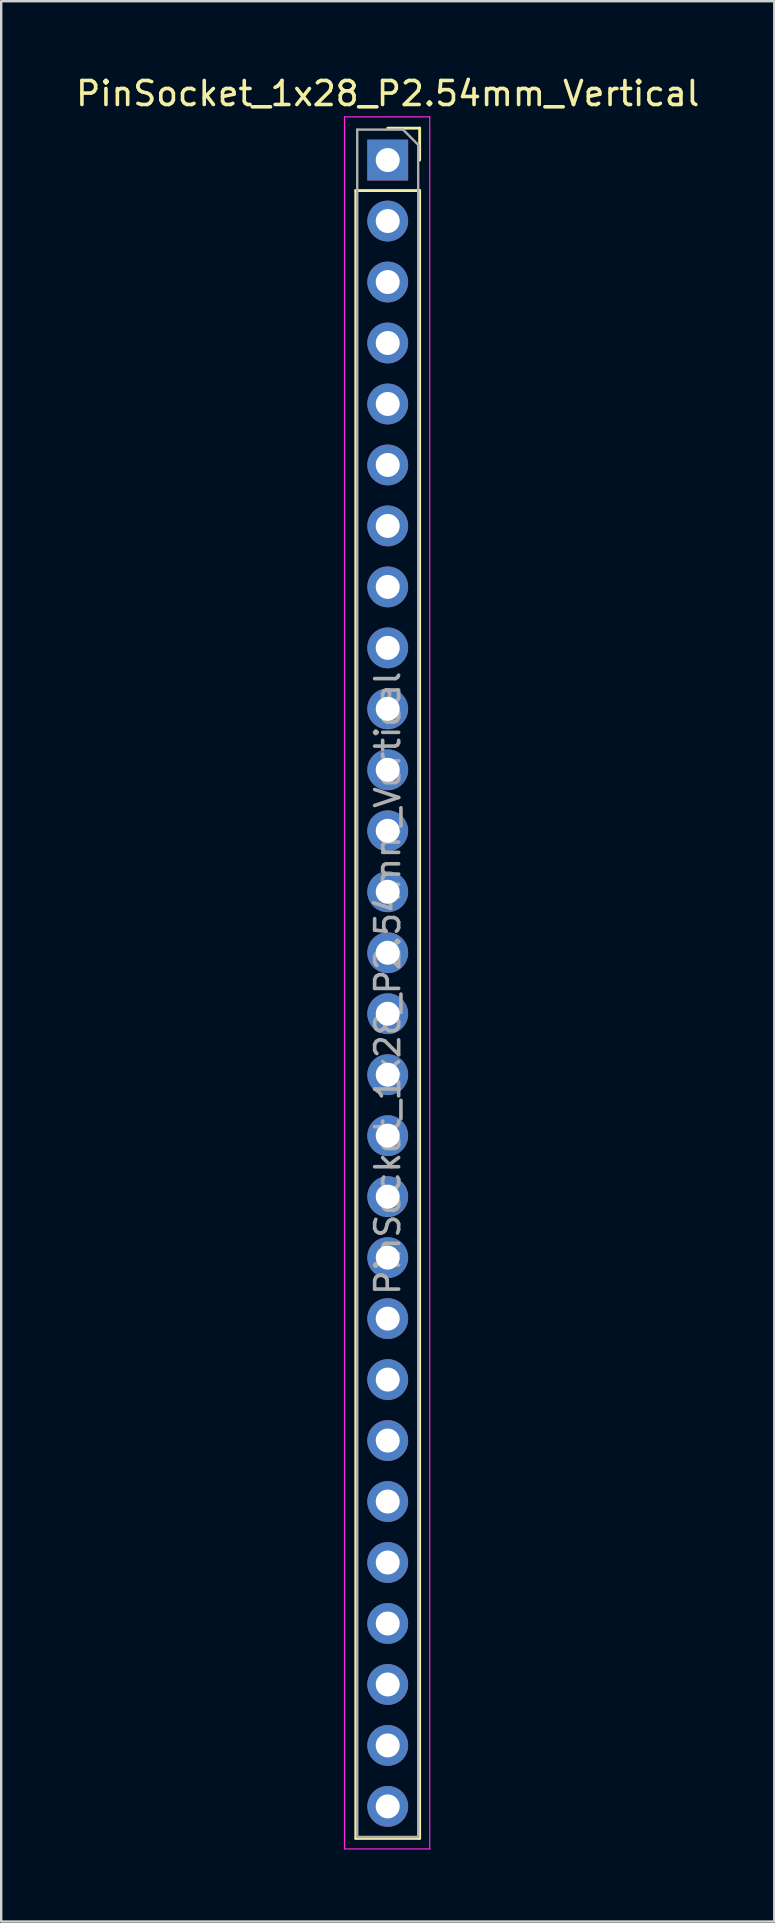
<source format=kicad_pcb>
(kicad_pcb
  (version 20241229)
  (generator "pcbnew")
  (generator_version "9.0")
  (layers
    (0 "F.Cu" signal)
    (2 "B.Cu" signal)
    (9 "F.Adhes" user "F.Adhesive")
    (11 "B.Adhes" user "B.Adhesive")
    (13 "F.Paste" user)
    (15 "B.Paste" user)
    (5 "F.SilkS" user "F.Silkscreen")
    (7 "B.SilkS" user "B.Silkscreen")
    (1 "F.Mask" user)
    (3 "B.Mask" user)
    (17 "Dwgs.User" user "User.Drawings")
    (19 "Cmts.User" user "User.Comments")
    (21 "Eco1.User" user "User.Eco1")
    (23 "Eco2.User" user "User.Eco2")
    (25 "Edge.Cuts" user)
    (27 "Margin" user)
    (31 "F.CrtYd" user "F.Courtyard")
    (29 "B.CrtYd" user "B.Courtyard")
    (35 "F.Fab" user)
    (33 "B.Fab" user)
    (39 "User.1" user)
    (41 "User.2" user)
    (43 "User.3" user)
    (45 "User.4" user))
  (footprint "PinSocket_1x28_P2.54mm_Vertical"
    (layer "F.Cu")
    (at 13.101 3.618)
    (property "Reference" "PinSocket_1x28_P2.54mm_Vertical" (at 0 -2.77 0) (layer "F.SilkS") (effects (font (size 1 1) (thickness 0.15))))
    (attr through_hole)
    (fp_line (start -1.33 1.27) (end -1.33 69.91) (stroke (width 0.12) (type solid)) (layer "F.SilkS"))
    (fp_line (start -1.33 1.27) (end 1.33 1.27) (stroke (width 0.12) (type solid)) (layer "F.SilkS"))
    (fp_line (start -1.33 69.91) (end 1.33 69.91) (stroke (width 0.12) (type solid)) (layer "F.SilkS"))
    (fp_line (start 0 -1.33) (end 1.33 -1.33) (stroke (width 0.12) (type solid)) (layer "F.SilkS"))
    (fp_line (start 1.33 -1.33) (end 1.33 0) (stroke (width 0.12) (type solid)) (layer "F.SilkS"))
    (fp_line (start 1.33 1.27) (end 1.33 69.91) (stroke (width 0.12) (type solid)) (layer "F.SilkS"))
    (fp_line (start -1.8 -1.8) (end 1.75 -1.8) (stroke (width 0.05) (type solid)) (layer "F.CrtYd"))
    (fp_line (start -1.8 70.35) (end -1.8 -1.8) (stroke (width 0.05) (type solid)) (layer "F.CrtYd"))
    (fp_line (start 1.75 -1.8) (end 1.75 70.35) (stroke (width 0.05) (type solid)) (layer "F.CrtYd"))
    (fp_line (start 1.75 70.35) (end -1.8 70.35) (stroke (width 0.05) (type solid)) (layer "F.CrtYd"))
    (fp_line (start -1.27 -1.27) (end 0.635 -1.27) (stroke (width 0.1) (type solid)) (layer "F.Fab"))
    (fp_line (start -1.27 69.85) (end -1.27 -1.27) (stroke (width 0.1) (type solid)) (layer "F.Fab"))
    (fp_line (start 0.635 -1.27) (end 1.27 -0.635) (stroke (width 0.1) (type solid)) (layer "F.Fab"))
    (fp_line (start 1.27 -0.635) (end 1.27 69.85) (stroke (width 0.1) (type solid)) (layer "F.Fab"))
    (fp_line (start 1.27 69.85) (end -1.27 69.85) (stroke (width 0.1) (type solid)) (layer "F.Fab"))
    (fp_text user "${REFERENCE}" (at 0 34.29 90) (layer "F.Fab") (effects (font (size 1 1) (thickness 0.15))))
    (pad "1" thru_hole rect (at 0 0) (size 1.7 1.7) (drill 1) (layers "*.Cu" "*.Mask"))
    (pad "2" thru_hole circle (at 0 2.54) (size 1.7 1.7) (drill 1) (layers "*.Cu" "*.Mask"))
    (pad "3" thru_hole circle (at 0 5.08) (size 1.7 1.7) (drill 1) (layers "*.Cu" "*.Mask"))
    (pad "4" thru_hole circle (at 0 7.62) (size 1.7 1.7) (drill 1) (layers "*.Cu" "*.Mask"))
    (pad "5" thru_hole circle (at 0 10.16) (size 1.7 1.7) (drill 1) (layers "*.Cu" "*.Mask"))
    (pad "6" thru_hole circle (at 0 12.7) (size 1.7 1.7) (drill 1) (layers "*.Cu" "*.Mask"))
    (pad "7" thru_hole circle (at 0 15.24) (size 1.7 1.7) (drill 1) (layers "*.Cu" "*.Mask"))
    (pad "8" thru_hole circle (at 0 17.78) (size 1.7 1.7) (drill 1) (layers "*.Cu" "*.Mask"))
    (pad "9" thru_hole circle (at 0 20.32) (size 1.7 1.7) (drill 1) (layers "*.Cu" "*.Mask"))
    (pad "10" thru_hole circle (at 0 22.86) (size 1.7 1.7) (drill 1) (layers "*.Cu" "*.Mask"))
    (pad "11" thru_hole circle (at 0 25.4) (size 1.7 1.7) (drill 1) (layers "*.Cu" "*.Mask"))
    (pad "12" thru_hole circle (at 0 27.94) (size 1.7 1.7) (drill 1) (layers "*.Cu" "*.Mask"))
    (pad "13" thru_hole circle (at 0 30.48) (size 1.7 1.7) (drill 1) (layers "*.Cu" "*.Mask"))
    (pad "14" thru_hole circle (at 0 33.02) (size 1.7 1.7) (drill 1) (layers "*.Cu" "*.Mask"))
    (pad "15" thru_hole circle (at 0 35.56) (size 1.7 1.7) (drill 1) (layers "*.Cu" "*.Mask"))
    (pad "16" thru_hole circle (at 0 38.1) (size 1.7 1.7) (drill 1) (layers "*.Cu" "*.Mask"))
    (pad "17" thru_hole circle (at 0 40.64) (size 1.7 1.7) (drill 1) (layers "*.Cu" "*.Mask"))
    (pad "18" thru_hole circle (at 0 43.18) (size 1.7 1.7) (drill 1) (layers "*.Cu" "*.Mask"))
    (pad "19" thru_hole circle (at 0 45.72) (size 1.7 1.7) (drill 1) (layers "*.Cu" "*.Mask"))
    (pad "20" thru_hole circle (at 0 48.26) (size 1.7 1.7) (drill 1) (layers "*.Cu" "*.Mask"))
    (pad "21" thru_hole circle (at 0 50.8) (size 1.7 1.7) (drill 1) (layers "*.Cu" "*.Mask"))
    (pad "22" thru_hole circle (at 0 53.34) (size 1.7 1.7) (drill 1) (layers "*.Cu" "*.Mask"))
    (pad "23" thru_hole circle (at 0 55.88) (size 1.7 1.7) (drill 1) (layers "*.Cu" "*.Mask"))
    (pad "24" thru_hole circle (at 0 58.42) (size 1.7 1.7) (drill 1) (layers "*.Cu" "*.Mask"))
    (pad "25" thru_hole circle (at 0 60.96) (size 1.7 1.7) (drill 1) (layers "*.Cu" "*.Mask"))
    (pad "26" thru_hole circle (at 0 63.5) (size 1.7 1.7) (drill 1) (layers "*.Cu" "*.Mask"))
    (pad "27" thru_hole circle (at 0 66.04) (size 1.7 1.7) (drill 1) (layers "*.Cu" "*.Mask"))
    (pad "28" thru_hole circle (at 0 68.58) (size 1.7 1.7) (drill 1) (layers "*.Cu" "*.Mask")))
  (gr_rect
    (start -3 -3)
    (end 29.202 76.993)
    (stroke (width 0.1) (type default))
    (fill no)
    (layer "Edge.Cuts")))
</source>
